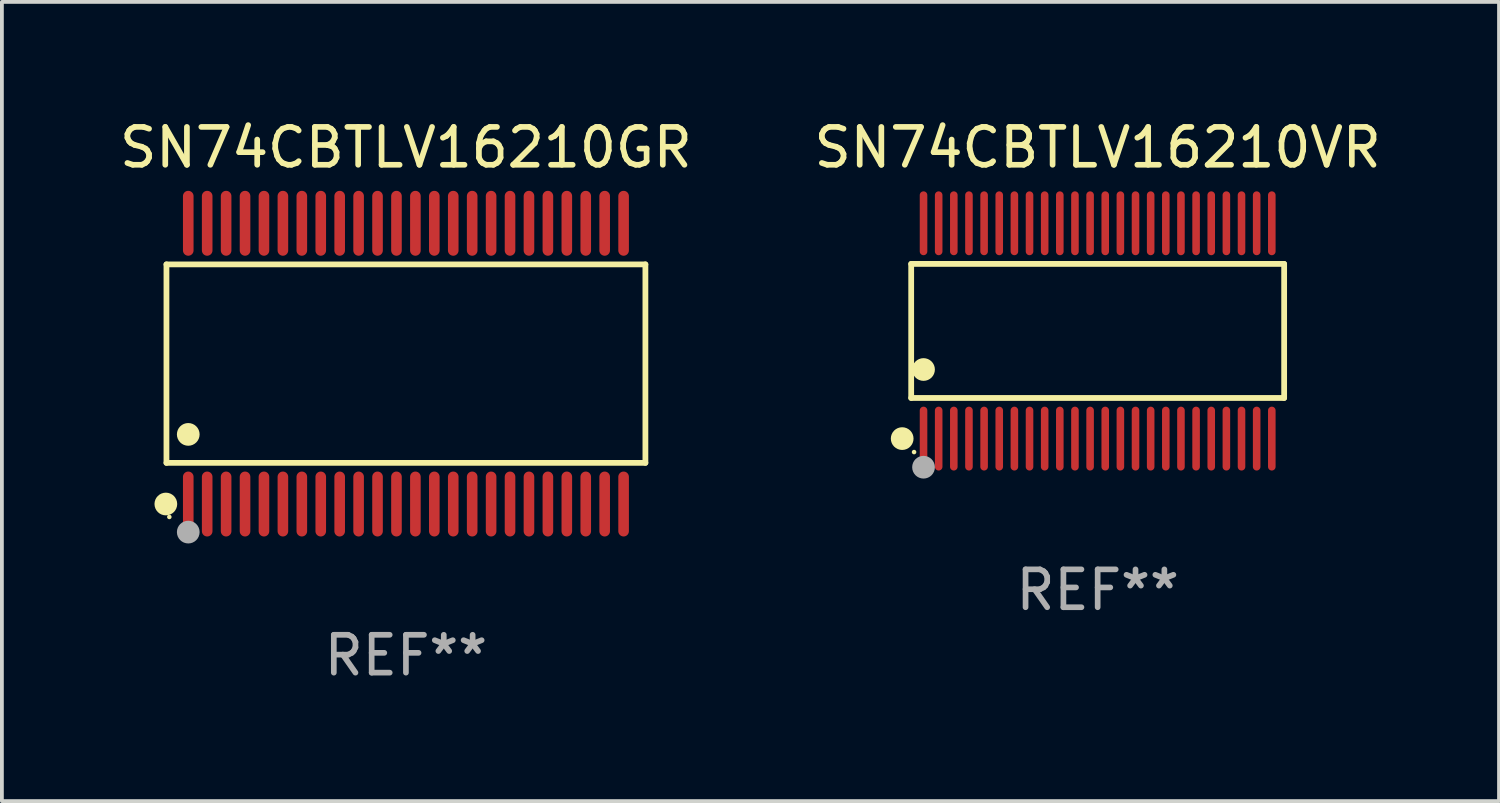
<source format=kicad_pcb>
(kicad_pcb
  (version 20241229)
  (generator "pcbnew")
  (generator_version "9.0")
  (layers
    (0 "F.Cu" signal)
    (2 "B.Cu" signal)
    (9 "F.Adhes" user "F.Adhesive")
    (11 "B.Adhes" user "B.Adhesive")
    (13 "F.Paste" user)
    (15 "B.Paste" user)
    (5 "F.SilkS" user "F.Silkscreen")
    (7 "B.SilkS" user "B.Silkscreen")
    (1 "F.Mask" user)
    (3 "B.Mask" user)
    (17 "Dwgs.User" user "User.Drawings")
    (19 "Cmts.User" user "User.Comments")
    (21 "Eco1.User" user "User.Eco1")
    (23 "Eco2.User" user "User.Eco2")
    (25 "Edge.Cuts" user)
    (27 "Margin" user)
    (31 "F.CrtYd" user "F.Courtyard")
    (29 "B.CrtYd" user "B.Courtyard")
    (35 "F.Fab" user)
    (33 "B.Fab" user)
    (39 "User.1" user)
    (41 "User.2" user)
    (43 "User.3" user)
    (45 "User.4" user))
  (footprint "SN74CBTLV16210VR"
    (layer "F.Cu")
    (at 25.946 5.692)
    (property "Reference" "SN74CBTLV16210VR" (at 0 -4.844 0) (layer "F.SilkS") (effects (font (size 1 1) (thickness 0.15))))
    (attr through_hole)
    (fp_line (start -4.926 -1.771) (end 4.926 -1.771) (stroke (width 0.152) (type solid)) (layer "F.SilkS"))
    (fp_line (start -4.926 1.771) (end -4.926 -1.771) (stroke (width 0.152) (type solid)) (layer "F.SilkS"))
    (fp_line (start 4.926 -1.771) (end 4.926 1.771) (stroke (width 0.152) (type solid)) (layer "F.SilkS"))
    (fp_line (start 4.926 1.771) (end -4.926 1.771) (stroke (width 0.152) (type solid)) (layer "F.SilkS"))
    (fp_circle (center -5.164 2.844) (end -5.014 2.844) (stroke (width 0.3) (type solid)) (fill no) (layer "F.SilkS"))
    (fp_circle (center -4.85 3.2) (end -4.82 3.2) (stroke (width 0.06) (type solid)) (fill no) (layer "F.SilkS"))
    (fp_circle (center -4.6 1.019) (end -4.45 1.019) (stroke (width 0.3) (type solid)) (fill no) (layer "F.SilkS"))
    (fp_circle (center -4.6 3.6) (end -4.45 3.6) (stroke (width 0.3) (type solid)) (fill no) (layer "F.Fab"))
    (fp_text user "REF**" (at 0 6.844 0) (layer "F.Fab") (effects (font (size 1 1) (thickness 0.15))))
    (pad "1" smd oval (at -4.6 2.844) (size 0.2 1.687) (layers "F.Cu" "F.Mask" "F.Paste"))
    (pad "2" smd oval (at -4.2 2.844) (size 0.2 1.687) (layers "F.Cu" "F.Mask" "F.Paste"))
    (pad "3" smd oval (at -3.8 2.844) (size 0.2 1.687) (layers "F.Cu" "F.Mask" "F.Paste"))
    (pad "4" smd oval (at -3.4 2.844) (size 0.2 1.687) (layers "F.Cu" "F.Mask" "F.Paste"))
    (pad "5" smd oval (at -3 2.844) (size 0.2 1.687) (layers "F.Cu" "F.Mask" "F.Paste"))
    (pad "6" smd oval (at -2.6 2.844) (size 0.2 1.687) (layers "F.Cu" "F.Mask" "F.Paste"))
    (pad "7" smd oval (at -2.2 2.844) (size 0.2 1.687) (layers "F.Cu" "F.Mask" "F.Paste"))
    (pad "8" smd oval (at -1.8 2.844) (size 0.2 1.687) (layers "F.Cu" "F.Mask" "F.Paste"))
    (pad "9" smd oval (at -1.4 2.844) (size 0.2 1.687) (layers "F.Cu" "F.Mask" "F.Paste"))
    (pad "10" smd oval (at -1 2.844) (size 0.2 1.687) (layers "F.Cu" "F.Mask" "F.Paste"))
    (pad "11" smd oval (at -0.6 2.844) (size 0.2 1.687) (layers "F.Cu" "F.Mask" "F.Paste"))
    (pad "12" smd oval (at -0.2 2.844) (size 0.2 1.687) (layers "F.Cu" "F.Mask" "F.Paste"))
    (pad "13" smd oval (at 0.2 2.844) (size 0.2 1.687) (layers "F.Cu" "F.Mask" "F.Paste"))
    (pad "14" smd oval (at 0.6 2.844) (size 0.2 1.687) (layers "F.Cu" "F.Mask" "F.Paste"))
    (pad "15" smd oval (at 1 2.844) (size 0.2 1.687) (layers "F.Cu" "F.Mask" "F.Paste"))
    (pad "16" smd oval (at 1.4 2.844) (size 0.2 1.687) (layers "F.Cu" "F.Mask" "F.Paste"))
    (pad "17" smd oval (at 1.8 2.844) (size 0.2 1.687) (layers "F.Cu" "F.Mask" "F.Paste"))
    (pad "18" smd oval (at 2.2 2.844) (size 0.2 1.687) (layers "F.Cu" "F.Mask" "F.Paste"))
    (pad "19" smd oval (at 2.6 2.844) (size 0.2 1.687) (layers "F.Cu" "F.Mask" "F.Paste"))
    (pad "20" smd oval (at 3 2.844) (size 0.2 1.687) (layers "F.Cu" "F.Mask" "F.Paste"))
    (pad "21" smd oval (at 3.4 2.844) (size 0.2 1.687) (layers "F.Cu" "F.Mask" "F.Paste"))
    (pad "22" smd oval (at 3.8 2.844) (size 0.2 1.687) (layers "F.Cu" "F.Mask" "F.Paste"))
    (pad "23" smd oval (at 4.2 2.844) (size 0.2 1.687) (layers "F.Cu" "F.Mask" "F.Paste"))
    (pad "24" smd oval (at 4.6 2.844) (size 0.2 1.687) (layers "F.Cu" "F.Mask" "F.Paste"))
    (pad "25" smd oval (at 4.6 -2.844) (size 0.2 1.687) (layers "F.Cu" "F.Mask" "F.Paste"))
    (pad "26" smd oval (at 4.2 -2.844) (size 0.2 1.687) (layers "F.Cu" "F.Mask" "F.Paste"))
    (pad "27" smd oval (at 3.8 -2.844) (size 0.2 1.687) (layers "F.Cu" "F.Mask" "F.Paste"))
    (pad "28" smd oval (at 3.4 -2.844) (size 0.2 1.687) (layers "F.Cu" "F.Mask" "F.Paste"))
    (pad "29" smd oval (at 3 -2.844) (size 0.2 1.687) (layers "F.Cu" "F.Mask" "F.Paste"))
    (pad "30" smd oval (at 2.6 -2.844) (size 0.2 1.687) (layers "F.Cu" "F.Mask" "F.Paste"))
    (pad "31" smd oval (at 2.2 -2.844) (size 0.2 1.687) (layers "F.Cu" "F.Mask" "F.Paste"))
    (pad "32" smd oval (at 1.8 -2.844) (size 0.2 1.687) (layers "F.Cu" "F.Mask" "F.Paste"))
    (pad "33" smd oval (at 1.4 -2.844) (size 0.2 1.687) (layers "F.Cu" "F.Mask" "F.Paste"))
    (pad "34" smd oval (at 1 -2.844) (size 0.2 1.687) (layers "F.Cu" "F.Mask" "F.Paste"))
    (pad "35" smd oval (at 0.6 -2.844) (size 0.2 1.687) (layers "F.Cu" "F.Mask" "F.Paste"))
    (pad "36" smd oval (at 0.2 -2.844) (size 0.2 1.687) (layers "F.Cu" "F.Mask" "F.Paste"))
    (pad "37" smd oval (at -0.2 -2.844) (size 0.2 1.687) (layers "F.Cu" "F.Mask" "F.Paste"))
    (pad "38" smd oval (at -0.6 -2.844) (size 0.2 1.687) (layers "F.Cu" "F.Mask" "F.Paste"))
    (pad "39" smd oval (at -1 -2.844) (size 0.2 1.687) (layers "F.Cu" "F.Mask" "F.Paste"))
    (pad "40" smd oval (at -1.4 -2.844) (size 0.2 1.687) (layers "F.Cu" "F.Mask" "F.Paste"))
    (pad "41" smd oval (at -1.8 -2.844) (size 0.2 1.687) (layers "F.Cu" "F.Mask" "F.Paste"))
    (pad "42" smd oval (at -2.2 -2.844) (size 0.2 1.687) (layers "F.Cu" "F.Mask" "F.Paste"))
    (pad "43" smd oval (at -2.6 -2.844) (size 0.2 1.687) (layers "F.Cu" "F.Mask" "F.Paste"))
    (pad "44" smd oval (at -3 -2.844) (size 0.2 1.687) (layers "F.Cu" "F.Mask" "F.Paste"))
    (pad "45" smd oval (at -3.4 -2.844) (size 0.2 1.687) (layers "F.Cu" "F.Mask" "F.Paste"))
    (pad "46" smd oval (at -3.8 -2.844) (size 0.2 1.687) (layers "F.Cu" "F.Mask" "F.Paste"))
    (pad "47" smd oval (at -4.2 -2.844) (size 0.2 1.687) (layers "F.Cu" "F.Mask" "F.Paste"))
    (pad "48" smd oval (at -4.6 -2.844) (size 0.2 1.687) (layers "F.Cu" "F.Mask" "F.Paste")))
  (footprint "SN74CBTLV16210GR"
    (layer "F.Cu")
    (at 7.673 6.556)
    (property "Reference" "SN74CBTLV16210GR" (at 0 -5.708 0) (layer "F.SilkS") (effects (font (size 1 1) (thickness 0.15))))
    (attr through_hole)
    (fp_line (start -6.326 -2.622) (end 6.326 -2.622) (stroke (width 0.152) (type solid)) (layer "F.SilkS"))
    (fp_line (start -6.326 2.621) (end -6.326 -2.622) (stroke (width 0.152) (type solid)) (layer "F.SilkS"))
    (fp_line (start 6.326 -2.622) (end 6.326 2.621) (stroke (width 0.152) (type solid)) (layer "F.SilkS"))
    (fp_line (start 6.326 2.621) (end -6.326 2.621) (stroke (width 0.152) (type solid)) (layer "F.SilkS"))
    (fp_circle (center -6.342 3.708) (end -6.192 3.708) (stroke (width 0.3) (type solid)) (fill no) (layer "F.SilkS"))
    (fp_circle (center -6.25 4.05) (end -6.22 4.05) (stroke (width 0.06) (type solid)) (fill no) (layer "F.SilkS"))
    (fp_circle (center -5.75 1.869) (end -5.6 1.869) (stroke (width 0.3) (type solid)) (fill no) (layer "F.SilkS"))
    (fp_circle (center -5.75 4.45) (end -5.6 4.45) (stroke (width 0.3) (type solid)) (fill no) (layer "F.Fab"))
    (fp_text user "REF**" (at 0 7.708 0) (layer "F.Fab") (effects (font (size 1 1) (thickness 0.15))))
    (pad "1" smd oval (at -5.75 3.708) (size 0.28 1.715) (layers "F.Cu" "F.Mask" "F.Paste"))
    (pad "2" smd oval (at -5.25 3.708) (size 0.28 1.715) (layers "F.Cu" "F.Mask" "F.Paste"))
    (pad "3" smd oval (at -4.75 3.708) (size 0.28 1.715) (layers "F.Cu" "F.Mask" "F.Paste"))
    (pad "4" smd oval (at -4.25 3.708) (size 0.28 1.715) (layers "F.Cu" "F.Mask" "F.Paste"))
    (pad "5" smd oval (at -3.75 3.708) (size 0.28 1.715) (layers "F.Cu" "F.Mask" "F.Paste"))
    (pad "6" smd oval (at -3.25 3.708) (size 0.28 1.715) (layers "F.Cu" "F.Mask" "F.Paste"))
    (pad "7" smd oval (at -2.75 3.708) (size 0.28 1.715) (layers "F.Cu" "F.Mask" "F.Paste"))
    (pad "8" smd oval (at -2.25 3.708) (size 0.28 1.715) (layers "F.Cu" "F.Mask" "F.Paste"))
    (pad "9" smd oval (at -1.75 3.708) (size 0.28 1.715) (layers "F.Cu" "F.Mask" "F.Paste"))
    (pad "10" smd oval (at -1.25 3.708) (size 0.28 1.715) (layers "F.Cu" "F.Mask" "F.Paste"))
    (pad "11" smd oval (at -0.75 3.708) (size 0.28 1.715) (layers "F.Cu" "F.Mask" "F.Paste"))
    (pad "12" smd oval (at -0.25 3.708) (size 0.28 1.715) (layers "F.Cu" "F.Mask" "F.Paste"))
    (pad "13" smd oval (at 0.25 3.708) (size 0.28 1.715) (layers "F.Cu" "F.Mask" "F.Paste"))
    (pad "14" smd oval (at 0.75 3.708) (size 0.28 1.715) (layers "F.Cu" "F.Mask" "F.Paste"))
    (pad "15" smd oval (at 1.25 3.708) (size 0.28 1.715) (layers "F.Cu" "F.Mask" "F.Paste"))
    (pad "16" smd oval (at 1.75 3.708) (size 0.28 1.715) (layers "F.Cu" "F.Mask" "F.Paste"))
    (pad "17" smd oval (at 2.25 3.708) (size 0.28 1.715) (layers "F.Cu" "F.Mask" "F.Paste"))
    (pad "18" smd oval (at 2.75 3.708) (size 0.28 1.715) (layers "F.Cu" "F.Mask" "F.Paste"))
    (pad "19" smd oval (at 3.25 3.708) (size 0.28 1.715) (layers "F.Cu" "F.Mask" "F.Paste"))
    (pad "20" smd oval (at 3.75 3.708) (size 0.28 1.715) (layers "F.Cu" "F.Mask" "F.Paste"))
    (pad "21" smd oval (at 4.25 3.708) (size 0.28 1.715) (layers "F.Cu" "F.Mask" "F.Paste"))
    (pad "22" smd oval (at 4.75 3.708) (size 0.28 1.715) (layers "F.Cu" "F.Mask" "F.Paste"))
    (pad "23" smd oval (at 5.25 3.708) (size 0.28 1.715) (layers "F.Cu" "F.Mask" "F.Paste"))
    (pad "24" smd oval (at 5.75 3.708) (size 0.28 1.715) (layers "F.Cu" "F.Mask" "F.Paste"))
    (pad "25" smd oval (at 5.75 -3.708) (size 0.28 1.715) (layers "F.Cu" "F.Mask" "F.Paste"))
    (pad "26" smd oval (at 5.25 -3.708) (size 0.28 1.715) (layers "F.Cu" "F.Mask" "F.Paste"))
    (pad "27" smd oval (at 4.75 -3.708) (size 0.28 1.715) (layers "F.Cu" "F.Mask" "F.Paste"))
    (pad "28" smd oval (at 4.25 -3.708) (size 0.28 1.715) (layers "F.Cu" "F.Mask" "F.Paste"))
    (pad "29" smd oval (at 3.75 -3.708) (size 0.28 1.715) (layers "F.Cu" "F.Mask" "F.Paste"))
    (pad "30" smd oval (at 3.25 -3.708) (size 0.28 1.715) (layers "F.Cu" "F.Mask" "F.Paste"))
    (pad "31" smd oval (at 2.75 -3.708) (size 0.28 1.715) (layers "F.Cu" "F.Mask" "F.Paste"))
    (pad "32" smd oval (at 2.25 -3.708) (size 0.28 1.715) (layers "F.Cu" "F.Mask" "F.Paste"))
    (pad "33" smd oval (at 1.75 -3.708) (size 0.28 1.715) (layers "F.Cu" "F.Mask" "F.Paste"))
    (pad "34" smd oval (at 1.25 -3.708) (size 0.28 1.715) (layers "F.Cu" "F.Mask" "F.Paste"))
    (pad "35" smd oval (at 0.75 -3.708) (size 0.28 1.715) (layers "F.Cu" "F.Mask" "F.Paste"))
    (pad "36" smd oval (at 0.25 -3.708) (size 0.28 1.715) (layers "F.Cu" "F.Mask" "F.Paste"))
    (pad "37" smd oval (at -0.25 -3.708) (size 0.28 1.715) (layers "F.Cu" "F.Mask" "F.Paste"))
    (pad "38" smd oval (at -0.75 -3.708) (size 0.28 1.715) (layers "F.Cu" "F.Mask" "F.Paste"))
    (pad "39" smd oval (at -1.25 -3.708) (size 0.28 1.715) (layers "F.Cu" "F.Mask" "F.Paste"))
    (pad "40" smd oval (at -1.75 -3.708) (size 0.28 1.715) (layers "F.Cu" "F.Mask" "F.Paste"))
    (pad "41" smd oval (at -2.25 -3.708) (size 0.28 1.715) (layers "F.Cu" "F.Mask" "F.Paste"))
    (pad "42" smd oval (at -2.75 -3.708) (size 0.28 1.715) (layers "F.Cu" "F.Mask" "F.Paste"))
    (pad "43" smd oval (at -3.25 -3.708) (size 0.28 1.715) (layers "F.Cu" "F.Mask" "F.Paste"))
    (pad "44" smd oval (at -3.75 -3.708) (size 0.28 1.715) (layers "F.Cu" "F.Mask" "F.Paste"))
    (pad "45" smd oval (at -4.25 -3.708) (size 0.28 1.715) (layers "F.Cu" "F.Mask" "F.Paste"))
    (pad "46" smd oval (at -4.75 -3.708) (size 0.28 1.715) (layers "F.Cu" "F.Mask" "F.Paste"))
    (pad "47" smd oval (at -5.25 -3.708) (size 0.28 1.715) (layers "F.Cu" "F.Mask" "F.Paste"))
    (pad "48" smd oval (at -5.75 -3.708) (size 0.28 1.715) (layers "F.Cu" "F.Mask" "F.Paste")))
  (gr_rect
    (start -3 -3)
    (end 36.548 18.112)
    (stroke (width 0.1) (type default))
    (fill no)
    (layer "Edge.Cuts")))
</source>
